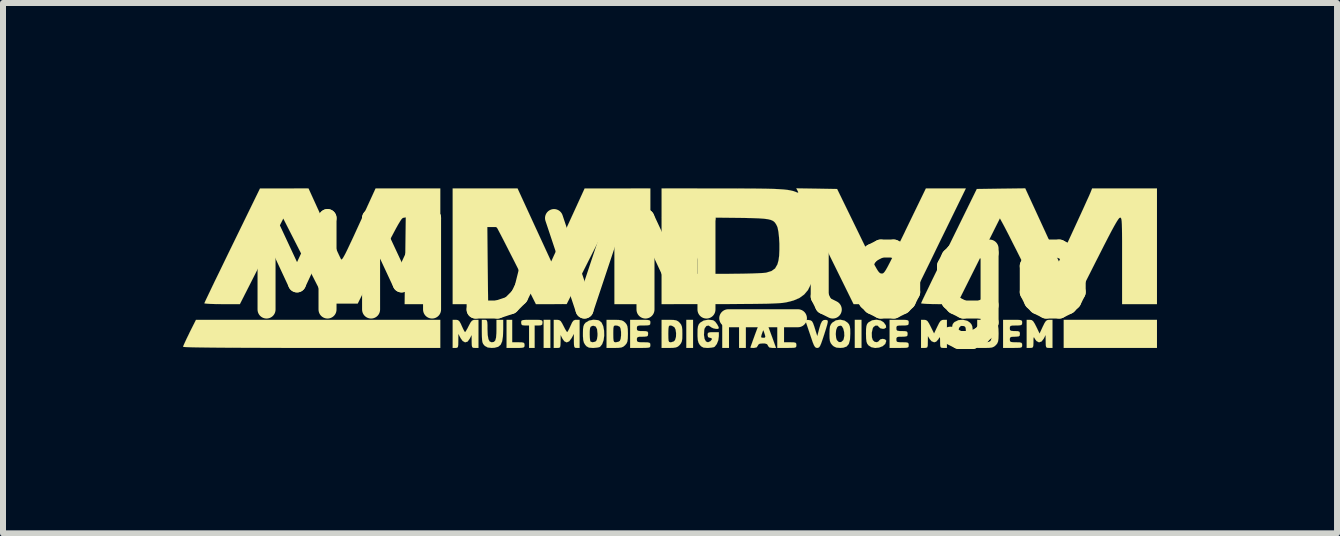
<source format=kicad_pcb>
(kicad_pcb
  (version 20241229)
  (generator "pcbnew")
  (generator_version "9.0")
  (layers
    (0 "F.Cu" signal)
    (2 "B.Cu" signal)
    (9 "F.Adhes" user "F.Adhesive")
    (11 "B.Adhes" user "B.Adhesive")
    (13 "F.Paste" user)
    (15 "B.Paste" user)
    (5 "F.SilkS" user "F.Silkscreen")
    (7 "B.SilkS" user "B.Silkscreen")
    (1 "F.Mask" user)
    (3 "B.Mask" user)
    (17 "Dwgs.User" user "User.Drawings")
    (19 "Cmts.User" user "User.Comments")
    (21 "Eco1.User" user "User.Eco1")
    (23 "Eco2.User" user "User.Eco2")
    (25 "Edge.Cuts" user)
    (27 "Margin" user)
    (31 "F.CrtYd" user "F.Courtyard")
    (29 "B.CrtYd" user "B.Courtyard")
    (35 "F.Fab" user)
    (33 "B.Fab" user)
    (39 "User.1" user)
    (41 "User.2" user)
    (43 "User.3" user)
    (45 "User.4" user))
  (footprint "MMDVM_logo"
    (layer "F.Cu")
    (at 8.104 1.418)
    (property "Reference" "MMDVM_logo" (at 0 0 0) (layer "F.SilkS") (effects (font (size 1.524 1.524) (thickness 0.3))))
    (attr through_hole)
    (fp_poly (pts (xy -1.984 1.329) (xy -2.096 1.329) (xy -2.096 0.861) (xy -1.984 0.861) (xy -1.984 1.329)) (stroke (width 0.001) (type solid)) (fill yes) (layer "F.SilkS"))
    (fp_poly (pts (xy 0.393 1.329) (xy 0.281 1.329) (xy 0.281 0.861) (xy 0.393 0.861) (xy 0.393 1.329)) (stroke (width 0.001) (type solid)) (fill yes) (layer "F.SilkS"))
    (fp_poly (pts (xy 0.992 1.329) (xy 0.88 1.329) (xy 0.88 0.861) (xy 0.992 0.861) (xy 0.992 1.329)) (stroke (width 0.001) (type solid)) (fill yes) (layer "F.SilkS"))
    (fp_poly (pts (xy 3.2 1.329) (xy 3.088 1.329) (xy 3.088 0.861) (xy 3.2 0.861) (xy 3.2 1.329)) (stroke (width 0.001) (type solid)) (fill yes) (layer "F.SilkS"))
    (fp_poly (pts (xy 8.123 1.329) (xy 6.569 1.329) (xy 6.569 0.861) (xy 8.123 0.861) (xy 8.123 1.329)) (stroke (width 0.001) (type solid)) (fill yes) (layer "F.SilkS"))
    (fp_poly (pts (xy -2.62 1.235) (xy -2.517 1.235) (xy -2.458 1.236) (xy -2.428 1.243) (xy -2.416 1.259) (xy -2.414 1.282) (xy -2.416 1.305) (xy -2.426 1.319) (xy -2.452 1.326) (xy -2.501 1.329) (xy -2.564 1.329) (xy -2.714 1.329) (xy -2.714 0.861) (xy -2.62 0.861) (xy -2.62 1.235)) (stroke (width 0.001) (type solid)) (fill yes) (layer "F.SilkS"))
    (fp_poly (pts (xy 1.909 1.235) (xy 2.012 1.235) (xy 2.071 1.236) (xy 2.102 1.243) (xy 2.113 1.259) (xy 2.115 1.282) (xy 2.113 1.305) (xy 2.104 1.319) (xy 2.08 1.326) (xy 2.032 1.328) (xy 1.956 1.329) (xy 1.797 1.329) (xy 1.797 0.861) (xy 1.909 0.861) (xy 1.909 1.235)) (stroke (width 0.001) (type solid)) (fill yes) (layer "F.SilkS"))
    (fp_poly (pts (xy -3.818 1.329) (xy -5.961 1.329) (xy -6.329 1.329) (xy -6.664 1.328) (xy -6.965 1.327) (xy -7.232 1.326) (xy -7.464 1.325) (xy -7.66 1.323) (xy -7.822 1.321) (xy -7.947 1.319) (xy -8.036 1.316) (xy -8.088 1.313) (xy -8.104 1.31) (xy -8.096 1.287) (xy -8.074 1.238) (xy -8.042 1.169) (xy -8.002 1.088) (xy -7.997 1.076) (xy -7.889 0.861) (xy -3.818 0.861) (xy -3.818 1.329)) (stroke (width 0.001) (type solid)) (fill yes) (layer "F.SilkS"))
    (fp_poly (pts (xy -2.21 0.861) (xy -2.158 0.863) (xy -2.13 0.869) (xy -2.118 0.881) (xy -2.115 0.9) (xy -2.115 0.908) (xy -2.12 0.939) (xy -2.142 0.952) (xy -2.18 0.955) (xy -2.246 0.955) (xy -2.246 1.329) (xy -2.339 1.329) (xy -2.339 0.955) (xy -2.405 0.955) (xy -2.449 0.951) (xy -2.467 0.935) (xy -2.47 0.908) (xy -2.469 0.886) (xy -2.461 0.872) (xy -2.438 0.865) (xy -2.395 0.862) (xy -2.323 0.861) (xy -2.293 0.861) (xy -2.21 0.861)) (stroke (width 0.001) (type solid)) (fill yes) (layer "F.SilkS"))
    (fp_poly (pts (xy 1.296 0.861) (xy 1.346 0.864) (xy 1.372 0.87) (xy 1.383 0.883) (xy 1.385 0.904) (xy 1.385 0.908) (xy 1.379 0.941) (xy 1.353 0.953) (xy 1.329 0.955) (xy 1.273 0.955) (xy 1.273 1.329) (xy 1.16 1.329) (xy 1.16 0.955) (xy 1.104 0.955) (xy 1.064 0.949) (xy 1.049 0.928) (xy 1.048 0.908) (xy 1.049 0.886) (xy 1.058 0.872) (xy 1.082 0.864) (xy 1.127 0.861) (xy 1.202 0.861) (xy 1.217 0.861) (xy 1.296 0.861)) (stroke (width 0.001) (type solid)) (fill yes) (layer "F.SilkS"))
    (fp_poly (pts (xy -3.056 0.863) (xy -3.042 0.872) (xy -3.035 0.898) (xy -3.032 0.947) (xy -3.032 1.012) (xy -3.028 1.114) (xy -3.016 1.183) (xy -2.995 1.222) (xy -2.963 1.235) (xy -2.96 1.235) (xy -2.925 1.229) (xy -2.902 1.205) (xy -2.889 1.158) (xy -2.883 1.083) (xy -2.882 1.026) (xy -2.882 0.861) (xy -2.77 0.861) (xy -2.77 1.017) (xy -2.774 1.134) (xy -2.787 1.219) (xy -2.812 1.276) (xy -2.853 1.31) (xy -2.912 1.326) (xy -2.962 1.329) (xy -3.027 1.322) (xy -3.073 1.297) (xy -3.085 1.286) (xy -3.104 1.262) (xy -3.116 1.233) (xy -3.122 1.191) (xy -3.125 1.126) (xy -3.126 1.052) (xy -3.126 0.861) (xy -3.079 0.861) (xy -3.056 0.863)) (stroke (width 0.001) (type solid)) (fill yes) (layer "F.SilkS"))
    (fp_poly (pts (xy 4.275 0.865) (xy 4.3 0.883) (xy 4.326 0.923) (xy 4.353 0.975) (xy 4.409 1.088) (xy 4.463 0.975) (xy 4.494 0.913) (xy 4.519 0.878) (xy 4.544 0.864) (xy 4.57 0.861) (xy 4.623 0.861) (xy 4.623 1.329) (xy 4.567 1.329) (xy 4.534 1.327) (xy 4.517 1.315) (xy 4.511 1.283) (xy 4.51 1.231) (xy 4.509 1.174) (xy 4.505 1.151) (xy 4.497 1.156) (xy 4.481 1.184) (xy 4.444 1.225) (xy 4.411 1.235) (xy 4.368 1.218) (xy 4.338 1.184) (xy 4.306 1.132) (xy 4.305 1.231) (xy 4.304 1.288) (xy 4.297 1.317) (xy 4.279 1.327) (xy 4.248 1.329) (xy 4.192 1.329) (xy 4.192 0.861) (xy 4.244 0.861) (xy 4.275 0.865)) (stroke (width 0.001) (type solid)) (fill yes) (layer "F.SilkS"))
    (fp_poly (pts (xy 6.035 0.865) (xy 6.059 0.883) (xy 6.084 0.921) (xy 6.112 0.975) (xy 6.167 1.09) (xy 6.22 0.975) (xy 6.25 0.914) (xy 6.274 0.879) (xy 6.299 0.864) (xy 6.328 0.861) (xy 6.382 0.861) (xy 6.382 1.329) (xy 6.326 1.329) (xy 6.294 1.327) (xy 6.277 1.316) (xy 6.271 1.287) (xy 6.269 1.23) (xy 6.269 1.221) (xy 6.267 1.114) (xy 6.237 1.174) (xy 6.2 1.222) (xy 6.157 1.236) (xy 6.115 1.214) (xy 6.093 1.184) (xy 6.077 1.156) (xy 6.069 1.152) (xy 6.065 1.176) (xy 6.065 1.231) (xy 6.063 1.288) (xy 6.056 1.317) (xy 6.038 1.327) (xy 6.008 1.329) (xy 5.952 1.329) (xy 5.952 0.861) (xy 6.004 0.861) (xy 6.035 0.865)) (stroke (width 0.001) (type solid)) (fill yes) (layer "F.SilkS"))
    (fp_poly (pts (xy 2.617 0.864) (xy 2.631 0.869) (xy 2.638 0.88) (xy 2.637 0.904) (xy 2.627 0.947) (xy 2.607 1.014) (xy 2.58 1.1) (xy 2.549 1.194) (xy 2.526 1.259) (xy 2.508 1.299) (xy 2.492 1.32) (xy 2.474 1.328) (xy 2.462 1.329) (xy 2.442 1.326) (xy 2.425 1.312) (xy 2.407 1.283) (xy 2.386 1.231) (xy 2.359 1.151) (xy 2.348 1.118) (xy 2.319 1.033) (xy 2.295 0.961) (xy 2.277 0.908) (xy 2.269 0.883) (xy 2.273 0.866) (xy 2.307 0.863) (xy 2.32 0.864) (xy 2.352 0.87) (xy 2.374 0.884) (xy 2.392 0.914) (xy 2.412 0.969) (xy 2.422 1.001) (xy 2.463 1.132) (xy 2.497 1.004) (xy 2.52 0.929) (xy 2.543 0.884) (xy 2.571 0.864) (xy 2.609 0.863) (xy 2.617 0.864)) (stroke (width 0.001) (type solid)) (fill yes) (layer "F.SilkS"))
    (fp_poly (pts (xy -3.526 0.865) (xy -3.502 0.883) (xy -3.478 0.923) (xy -3.46 0.964) (xy -3.435 1.018) (xy -3.415 1.055) (xy -3.405 1.066) (xy -3.393 1.051) (xy -3.369 1.011) (xy -3.345 0.964) (xy -3.314 0.906) (xy -3.29 0.875) (xy -3.262 0.863) (xy -3.238 0.861) (xy -3.182 0.861) (xy -3.182 1.329) (xy -3.238 1.329) (xy -3.269 1.327) (xy -3.286 1.316) (xy -3.293 1.287) (xy -3.295 1.23) (xy -3.295 1.221) (xy -3.296 1.114) (xy -3.327 1.174) (xy -3.363 1.224) (xy -3.405 1.236) (xy -3.446 1.213) (xy -3.48 1.165) (xy -3.517 1.095) (xy -3.518 1.212) (xy -3.519 1.276) (xy -3.524 1.311) (xy -3.537 1.326) (xy -3.561 1.329) (xy -3.565 1.329) (xy -3.612 1.329) (xy -3.612 0.861) (xy -3.558 0.861) (xy -3.526 0.865)) (stroke (width 0.001) (type solid)) (fill yes) (layer "F.SilkS"))
    (fp_poly (pts (xy -1.838 0.865) (xy -1.812 0.882) (xy -1.787 0.921) (xy -1.765 0.964) (xy -1.737 1.018) (xy -1.714 1.055) (xy -1.704 1.066) (xy -1.692 1.051) (xy -1.67 1.01) (xy -1.649 0.964) (xy -1.622 0.905) (xy -1.599 0.874) (xy -1.573 0.862) (xy -1.551 0.861) (xy -1.497 0.861) (xy -1.497 1.329) (xy -1.544 1.329) (xy -1.57 1.327) (xy -1.584 1.314) (xy -1.59 1.282) (xy -1.592 1.223) (xy -1.592 1.212) (xy -1.592 1.095) (xy -1.63 1.165) (xy -1.67 1.219) (xy -1.712 1.237) (xy -1.752 1.218) (xy -1.783 1.174) (xy -1.813 1.114) (xy -1.814 1.221) (xy -1.816 1.282) (xy -1.822 1.314) (xy -1.837 1.327) (xy -1.867 1.329) (xy -1.872 1.329) (xy -1.928 1.329) (xy -1.928 0.861) (xy -1.871 0.861) (xy -1.838 0.865)) (stroke (width 0.001) (type solid)) (fill yes) (layer "F.SilkS"))
    (fp_poly (pts (xy 0.068 0.863) (xy 0.113 0.87) (xy 0.145 0.886) (xy 0.17 0.909) (xy 0.194 0.94) (xy 0.208 0.975) (xy 0.214 1.025) (xy 0.215 1.095) (xy 0.214 1.17) (xy 0.207 1.218) (xy 0.192 1.252) (xy 0.17 1.281) (xy 0.141 1.307) (xy 0.108 1.321) (xy 0.06 1.328) (xy -0.003 1.329) (xy -0.131 1.329) (xy -0.131 1.095) (xy -0.019 1.095) (xy -0.018 1.166) (xy -0.015 1.208) (xy -0.006 1.228) (xy 0.012 1.235) (xy 0.027 1.235) (xy 0.072 1.221) (xy 0.093 1.199) (xy 0.109 1.146) (xy 0.111 1.082) (xy 0.102 1.022) (xy 0.083 0.984) (xy 0.043 0.96) (xy 0.017 0.955) (xy -0.001 0.958) (xy -0.012 0.974) (xy -0.017 1.011) (xy -0.019 1.075) (xy -0.019 1.095) (xy -0.131 1.095) (xy -0.131 0.861) (xy -0.003 0.861) (xy 0.068 0.863)) (stroke (width 0.001) (type solid)) (fill yes) (layer "F.SilkS"))
    (fp_poly (pts (xy 3.519 0.871) (xy 3.571 0.904) (xy 3.606 0.953) (xy 3.61 0.989) (xy 3.582 1.008) (xy 3.558 1.011) (xy 3.514 1.002) (xy 3.493 0.983) (xy 3.468 0.957) (xy 3.432 0.957) (xy 3.399 0.981) (xy 3.387 1.003) (xy 3.371 1.076) (xy 3.373 1.151) (xy 3.388 1.199) (xy 3.418 1.227) (xy 3.457 1.234) (xy 3.488 1.217) (xy 3.493 1.207) (xy 3.517 1.185) (xy 3.555 1.178) (xy 3.592 1.186) (xy 3.612 1.208) (xy 3.612 1.213) (xy 3.596 1.262) (xy 3.553 1.3) (xy 3.493 1.323) (xy 3.427 1.33) (xy 3.364 1.317) (xy 3.316 1.286) (xy 3.295 1.258) (xy 3.283 1.223) (xy 3.277 1.172) (xy 3.275 1.093) (xy 3.275 1.092) (xy 3.276 1.015) (xy 3.282 0.965) (xy 3.293 0.932) (xy 3.313 0.907) (xy 3.319 0.902) (xy 3.377 0.869) (xy 3.448 0.859) (xy 3.519 0.871)) (stroke (width 0.001) (type solid)) (fill yes) (layer "F.SilkS"))
    (fp_poly (pts (xy -0.843 0.863) (xy -0.796 0.87) (xy -0.764 0.885) (xy -0.738 0.907) (xy -0.715 0.935) (xy -0.701 0.967) (xy -0.694 1.014) (xy -0.692 1.086) (xy -0.692 1.095) (xy -0.694 1.17) (xy -0.7 1.219) (xy -0.713 1.252) (xy -0.736 1.28) (xy -0.738 1.283) (xy -0.768 1.308) (xy -0.802 1.322) (xy -0.852 1.328) (xy -0.916 1.329) (xy -1.048 1.329) (xy -1.048 1.095) (xy -0.936 1.095) (xy -0.935 1.166) (xy -0.931 1.208) (xy -0.922 1.228) (xy -0.905 1.235) (xy -0.893 1.235) (xy -0.849 1.226) (xy -0.827 1.213) (xy -0.813 1.179) (xy -0.806 1.124) (xy -0.806 1.061) (xy -0.814 1.007) (xy -0.827 0.977) (xy -0.863 0.959) (xy -0.893 0.955) (xy -0.915 0.957) (xy -0.928 0.969) (xy -0.934 0.998) (xy -0.936 1.053) (xy -0.936 1.095) (xy -1.048 1.095) (xy -1.048 0.861) (xy -0.916 0.861) (xy -0.843 0.863)) (stroke (width 0.001) (type solid)) (fill yes) (layer "F.SilkS"))
    (fp_poly (pts (xy 2.918 0.874) (xy 2.967 0.907) (xy 2.991 0.935) (xy 3.005 0.968) (xy 3.012 1.016) (xy 3.013 1.09) (xy 3.013 1.091) (xy 3.008 1.192) (xy 2.989 1.262) (xy 2.953 1.305) (xy 2.898 1.325) (xy 2.847 1.329) (xy 2.783 1.324) (xy 2.74 1.305) (xy 2.712 1.281) (xy 2.688 1.25) (xy 2.674 1.215) (xy 2.668 1.165) (xy 2.667 1.096) (xy 2.771 1.096) (xy 2.777 1.161) (xy 2.789 1.199) (xy 2.822 1.231) (xy 2.861 1.231) (xy 2.895 1.201) (xy 2.903 1.184) (xy 2.914 1.128) (xy 2.911 1.065) (xy 2.897 1.008) (xy 2.874 0.968) (xy 2.855 0.957) (xy 2.816 0.965) (xy 2.795 0.984) (xy 2.777 1.031) (xy 2.771 1.096) (xy 2.667 1.096) (xy 2.667 1.095) (xy 2.669 1.02) (xy 2.675 0.971) (xy 2.69 0.937) (xy 2.712 0.909) (xy 2.772 0.87) (xy 2.845 0.858) (xy 2.918 0.874)) (stroke (width 0.001) (type solid)) (fill yes) (layer "F.SilkS"))
    (fp_poly (pts (xy 5.333 0.863) (xy 5.38 0.87) (xy 5.413 0.885) (xy 5.438 0.907) (xy 5.462 0.935) (xy 5.476 0.967) (xy 5.482 1.014) (xy 5.484 1.086) (xy 5.484 1.095) (xy 5.482 1.17) (xy 5.476 1.219) (xy 5.463 1.252) (xy 5.441 1.28) (xy 5.438 1.283) (xy 5.408 1.308) (xy 5.374 1.322) (xy 5.324 1.328) (xy 5.26 1.329) (xy 5.128 1.329) (xy 5.128 1.095) (xy 5.24 1.095) (xy 5.241 1.166) (xy 5.245 1.208) (xy 5.254 1.228) (xy 5.271 1.235) (xy 5.283 1.235) (xy 5.327 1.226) (xy 5.349 1.213) (xy 5.362 1.182) (xy 5.37 1.129) (xy 5.371 1.095) (xy 5.365 1.02) (xy 5.344 0.975) (xy 5.305 0.956) (xy 5.283 0.955) (xy 5.262 0.957) (xy 5.249 0.969) (xy 5.243 0.998) (xy 5.241 1.053) (xy 5.24 1.095) (xy 5.128 1.095) (xy 5.128 0.861) (xy 5.26 0.861) (xy 5.333 0.863)) (stroke (width 0.001) (type solid)) (fill yes) (layer "F.SilkS"))
    (fp_poly (pts (xy 3.904 0.861) (xy 3.951 0.864) (xy 3.976 0.871) (xy 3.985 0.885) (xy 3.986 0.908) (xy 3.984 0.935) (xy 3.97 0.948) (xy 3.935 0.954) (xy 3.884 0.955) (xy 3.825 0.956) (xy 3.794 0.962) (xy 3.782 0.978) (xy 3.781 1.001) (xy 3.784 1.029) (xy 3.799 1.043) (xy 3.837 1.048) (xy 3.874 1.048) (xy 3.93 1.05) (xy 3.957 1.057) (xy 3.967 1.076) (xy 3.968 1.095) (xy 3.965 1.123) (xy 3.949 1.136) (xy 3.912 1.141) (xy 3.874 1.142) (xy 3.819 1.143) (xy 3.791 1.151) (xy 3.781 1.17) (xy 3.781 1.188) (xy 3.783 1.215) (xy 3.797 1.229) (xy 3.832 1.234) (xy 3.884 1.235) (xy 3.942 1.236) (xy 3.973 1.243) (xy 3.985 1.259) (xy 3.986 1.282) (xy 3.985 1.305) (xy 3.976 1.319) (xy 3.951 1.326) (xy 3.904 1.328) (xy 3.827 1.329) (xy 3.668 1.329) (xy 3.668 0.861) (xy 3.827 0.861) (xy 3.904 0.861)) (stroke (width 0.001) (type solid)) (fill yes) (layer "F.SilkS"))
    (fp_poly (pts (xy 5.795 0.861) (xy 5.842 0.864) (xy 5.866 0.871) (xy 5.875 0.885) (xy 5.877 0.908) (xy 5.874 0.935) (xy 5.86 0.948) (xy 5.825 0.954) (xy 5.774 0.955) (xy 5.715 0.956) (xy 5.684 0.962) (xy 5.673 0.978) (xy 5.671 1.001) (xy 5.674 1.03) (xy 5.692 1.044) (xy 5.732 1.048) (xy 5.755 1.048) (xy 5.807 1.05) (xy 5.832 1.06) (xy 5.839 1.082) (xy 5.839 1.095) (xy 5.836 1.124) (xy 5.819 1.137) (xy 5.778 1.141) (xy 5.755 1.142) (xy 5.703 1.144) (xy 5.679 1.153) (xy 5.671 1.176) (xy 5.671 1.188) (xy 5.674 1.215) (xy 5.688 1.229) (xy 5.722 1.234) (xy 5.774 1.235) (xy 5.833 1.236) (xy 5.863 1.243) (xy 5.875 1.259) (xy 5.877 1.282) (xy 5.875 1.305) (xy 5.866 1.319) (xy 5.841 1.326) (xy 5.794 1.328) (xy 5.718 1.329) (xy 5.559 1.329) (xy 5.559 0.861) (xy 5.718 0.861) (xy 5.795 0.861)) (stroke (width 0.001) (type solid)) (fill yes) (layer "F.SilkS"))
    (fp_poly (pts (xy -1.19 0.866) (xy -1.171 0.873) (xy -1.131 0.906) (xy -1.103 0.966) (xy -1.089 1.041) (xy -1.087 1.123) (xy -1.097 1.201) (xy -1.121 1.267) (xy -1.156 1.31) (xy -1.171 1.317) (xy -1.208 1.324) (xy -1.263 1.329) (xy -1.282 1.329) (xy -1.341 1.324) (xy -1.38 1.303) (xy -1.402 1.28) (xy -1.424 1.244) (xy -1.436 1.2) (xy -1.441 1.135) (xy -1.441 1.093) (xy -1.329 1.093) (xy -1.327 1.156) (xy -1.322 1.203) (xy -1.316 1.223) (xy -1.282 1.235) (xy -1.239 1.226) (xy -1.22 1.213) (xy -1.207 1.182) (xy -1.199 1.129) (xy -1.198 1.093) (xy -1.206 1.015) (xy -1.23 0.971) (xy -1.27 0.959) (xy -1.29 0.964) (xy -1.312 0.975) (xy -1.323 0.999) (xy -1.328 1.044) (xy -1.329 1.093) (xy -1.441 1.093) (xy -1.441 1.091) (xy -1.44 1.017) (xy -1.433 0.969) (xy -1.42 0.936) (xy -1.396 0.907) (xy -1.395 0.907) (xy -1.339 0.873) (xy -1.265 0.859) (xy -1.19 0.866)) (stroke (width 0.001) (type solid)) (fill yes) (layer "F.SilkS"))
    (fp_poly (pts (xy 4.962 0.877) (xy 5.007 0.907) (xy 5.031 0.935) (xy 5.045 0.967) (xy 5.052 1.014) (xy 5.053 1.086) (xy 5.053 1.095) (xy 5.052 1.17) (xy 5.046 1.219) (xy 5.033 1.252) (xy 5.01 1.28) (xy 5.007 1.283) (xy 4.948 1.318) (xy 4.874 1.33) (xy 4.8 1.319) (xy 4.751 1.293) (xy 4.73 1.272) (xy 4.717 1.247) (xy 4.71 1.207) (xy 4.707 1.145) (xy 4.707 1.095) (xy 4.707 1.093) (xy 4.81 1.093) (xy 4.817 1.171) (xy 4.839 1.217) (xy 4.878 1.232) (xy 4.894 1.231) (xy 4.915 1.224) (xy 4.927 1.203) (xy 4.934 1.16) (xy 4.937 1.101) (xy 4.939 1.034) (xy 4.935 0.994) (xy 4.924 0.974) (xy 4.903 0.964) (xy 4.856 0.962) (xy 4.826 0.993) (xy 4.811 1.058) (xy 4.81 1.093) (xy 4.707 1.093) (xy 4.708 1.015) (xy 4.712 0.963) (xy 4.721 0.931) (xy 4.738 0.909) (xy 4.751 0.897) (xy 4.815 0.866) (xy 4.89 0.86) (xy 4.962 0.877)) (stroke (width 0.001) (type solid)) (fill yes) (layer "F.SilkS"))
    (fp_poly (pts (xy -2.251 -0.72) (xy -1.97 -0.111) (xy -1.413 -1.328) (xy -0.866 -1.328) (xy -0.318 -1.329) (xy -0.318 0.599) (xy -0.917 0.599) (xy -0.917 -0.122) (xy -0.917 -0.305) (xy -0.917 -0.454) (xy -0.918 -0.573) (xy -0.92 -0.665) (xy -0.922 -0.733) (xy -0.925 -0.781) (xy -0.929 -0.813) (xy -0.934 -0.831) (xy -0.941 -0.84) (xy -0.949 -0.842) (xy -0.951 -0.842) (xy -0.964 -0.835) (xy -0.984 -0.81) (xy -1.012 -0.766) (xy -1.049 -0.701) (xy -1.097 -0.612) (xy -1.158 -0.497) (xy -1.232 -0.353) (xy -1.32 -0.179) (xy -1.349 -0.122) (xy -1.712 0.598) (xy -1.969 0.599) (xy -2.225 0.599) (xy -2.586 -0.117) (xy -2.676 -0.293) (xy -2.75 -0.439) (xy -2.811 -0.557) (xy -2.86 -0.65) (xy -2.899 -0.72) (xy -2.93 -0.772) (xy -2.953 -0.806) (xy -2.971 -0.827) (xy -2.985 -0.837) (xy -2.992 -0.839) (xy -3.036 -0.845) (xy -3.029 -0.123) (xy -3.021 0.599) (xy -3.612 0.599) (xy -3.612 -1.329) (xy -2.531 -1.329) (xy -2.251 -0.72)) (stroke (width 0.001) (type solid)) (fill yes) (layer "F.SilkS"))
    (fp_poly (pts (xy -0.407 0.861) (xy -0.357 0.864) (xy -0.331 0.87) (xy -0.32 0.883) (xy -0.318 0.904) (xy -0.318 0.908) (xy -0.321 0.934) (xy -0.334 0.948) (xy -0.366 0.953) (xy -0.427 0.955) (xy -0.43 0.955) (xy -0.493 0.955) (xy -0.526 0.961) (xy -0.54 0.974) (xy -0.543 1) (xy -0.543 1.001) (xy -0.54 1.029) (xy -0.524 1.043) (xy -0.487 1.048) (xy -0.449 1.048) (xy -0.394 1.05) (xy -0.366 1.057) (xy -0.356 1.076) (xy -0.356 1.095) (xy -0.359 1.123) (xy -0.374 1.136) (xy -0.412 1.141) (xy -0.449 1.142) (xy -0.505 1.143) (xy -0.532 1.151) (xy -0.542 1.17) (xy -0.543 1.188) (xy -0.54 1.214) (xy -0.527 1.228) (xy -0.495 1.234) (xy -0.434 1.235) (xy -0.43 1.235) (xy -0.368 1.236) (xy -0.335 1.242) (xy -0.321 1.255) (xy -0.318 1.28) (xy -0.318 1.282) (xy -0.32 1.304) (xy -0.328 1.318) (xy -0.352 1.325) (xy -0.397 1.328) (xy -0.472 1.329) (xy -0.487 1.329) (xy -0.655 1.329) (xy -0.655 0.861) (xy -0.487 0.861) (xy -0.407 0.861)) (stroke (width 0.001) (type solid)) (fill yes) (layer "F.SilkS"))
    (fp_poly (pts (xy 1.596 0.869) (xy 1.619 0.899) (xy 1.624 0.911) (xy 1.639 0.951) (xy 1.662 1.016) (xy 1.691 1.095) (xy 1.71 1.146) (xy 1.776 1.329) (xy 1.714 1.329) (xy 1.666 1.322) (xy 1.644 1.298) (xy 1.642 1.291) (xy 1.626 1.266) (xy 1.591 1.255) (xy 1.557 1.254) (xy 1.506 1.258) (xy 1.48 1.275) (xy 1.473 1.291) (xy 1.453 1.32) (xy 1.408 1.329) (xy 1.405 1.329) (xy 1.365 1.328) (xy 1.348 1.324) (xy 1.348 1.324) (xy 1.354 1.306) (xy 1.371 1.259) (xy 1.395 1.191) (xy 1.414 1.14) (xy 1.527 1.14) (xy 1.533 1.157) (xy 1.561 1.16) (xy 1.562 1.16) (xy 1.59 1.158) (xy 1.598 1.142) (xy 1.589 1.103) (xy 1.586 1.095) (xy 1.572 1.054) (xy 1.563 1.034) (xy 1.562 1.034) (xy 1.555 1.053) (xy 1.541 1.093) (xy 1.538 1.1) (xy 1.527 1.14) (xy 1.414 1.14) (xy 1.425 1.108) (xy 1.43 1.095) (xy 1.465 1.001) (xy 1.491 0.937) (xy 1.512 0.897) (xy 1.53 0.875) (xy 1.55 0.866) (xy 1.559 0.865) (xy 1.596 0.869)) (stroke (width 0.001) (type solid)) (fill yes) (layer "F.SilkS"))
    (fp_poly (pts (xy 0.719 0.866) (xy 0.738 0.873) (xy 0.765 0.895) (xy 0.795 0.936) (xy 0.818 0.979) (xy 0.823 1) (xy 0.808 1.011) (xy 0.773 1.011) (xy 0.731 1.002) (xy 0.698 0.987) (xy 0.692 0.982) (xy 0.653 0.956) (xy 0.616 0.963) (xy 0.588 1) (xy 0.58 1.029) (xy 0.575 1.113) (xy 0.585 1.178) (xy 0.608 1.221) (xy 0.642 1.235) (xy 0.683 1.217) (xy 0.684 1.216) (xy 0.709 1.185) (xy 0.7 1.165) (xy 0.674 1.16) (xy 0.644 1.149) (xy 0.636 1.114) (xy 0.639 1.086) (xy 0.655 1.072) (xy 0.692 1.067) (xy 0.73 1.067) (xy 0.823 1.067) (xy 0.823 1.133) (xy 0.814 1.202) (xy 0.789 1.264) (xy 0.755 1.308) (xy 0.738 1.317) (xy 0.701 1.324) (xy 0.646 1.329) (xy 0.627 1.329) (xy 0.568 1.324) (xy 0.529 1.303) (xy 0.507 1.28) (xy 0.485 1.244) (xy 0.473 1.2) (xy 0.468 1.135) (xy 0.468 1.091) (xy 0.469 1.017) (xy 0.476 0.969) (xy 0.489 0.936) (xy 0.513 0.907) (xy 0.514 0.907) (xy 0.57 0.873) (xy 0.644 0.859) (xy 0.719 0.866)) (stroke (width 0.001) (type solid)) (fill yes) (layer "F.SilkS"))
    (fp_poly (pts (xy -3.818 0.599) (xy -4.412 0.599) (xy -4.393 -0.846) (xy -4.435 -0.839) (xy -4.448 -0.833) (xy -4.465 -0.815) (xy -4.487 -0.782) (xy -4.517 -0.733) (xy -4.555 -0.665) (xy -4.604 -0.573) (xy -4.665 -0.457) (xy -4.738 -0.313) (xy -4.827 -0.138) (xy -4.835 -0.122) (xy -5.194 0.59) (xy -5.712 0.59) (xy -6.073 -0.119) (xy -6.434 -0.827) (xy -6.795 -0.114) (xy -7.157 0.599) (xy -7.452 0.599) (xy -7.553 0.598) (xy -7.639 0.596) (xy -7.704 0.592) (xy -7.742 0.588) (xy -7.749 0.585) (xy -7.741 0.566) (xy -7.718 0.516) (xy -7.681 0.439) (xy -7.633 0.338) (xy -7.574 0.215) (xy -7.505 0.074) (xy -7.429 -0.083) (xy -7.347 -0.252) (xy -7.285 -0.379) (xy -6.822 -1.328) (xy -6.418 -1.328) (xy -6.014 -1.329) (xy -5.756 -0.763) (xy -5.693 -0.625) (xy -5.634 -0.497) (xy -5.582 -0.383) (xy -5.538 -0.287) (xy -5.504 -0.214) (xy -5.482 -0.168) (xy -5.475 -0.154) (xy -5.469 -0.145) (xy -5.459 -0.146) (xy -5.446 -0.16) (xy -5.428 -0.189) (xy -5.402 -0.236) (xy -5.368 -0.305) (xy -5.324 -0.398) (xy -5.267 -0.519) (xy -5.198 -0.67) (xy -5.175 -0.72) (xy -4.896 -1.329) (xy -3.818 -1.329) (xy -3.818 0.599)) (stroke (width 0.001) (type solid)) (fill yes) (layer "F.SilkS"))
    (fp_poly (pts (xy 6.209 -0.72) (xy 6.489 -0.111) (xy 6.738 -0.65) (xy 6.8 -0.785) (xy 6.859 -0.913) (xy 6.911 -1.027) (xy 6.955 -1.125) (xy 6.989 -1.199) (xy 7.01 -1.247) (xy 7.015 -1.259) (xy 7.043 -1.329) (xy 8.123 -1.329) (xy 8.123 0.599) (xy 7.542 0.599) (xy 7.542 -0.122) (xy 7.542 -0.305) (xy 7.542 -0.454) (xy 7.541 -0.573) (xy 7.54 -0.665) (xy 7.538 -0.733) (xy 7.535 -0.781) (xy 7.531 -0.813) (xy 7.525 -0.831) (xy 7.519 -0.84) (xy 7.51 -0.842) (xy 7.508 -0.842) (xy 7.495 -0.835) (xy 7.476 -0.811) (xy 7.449 -0.769) (xy 7.412 -0.705) (xy 7.365 -0.619) (xy 7.306 -0.506) (xy 7.234 -0.366) (xy 7.147 -0.194) (xy 7.11 -0.122) (xy 6.747 0.598) (xy 6.49 0.599) (xy 6.232 0.599) (xy 5.925 -0.014) (xy 5.852 -0.159) (xy 5.783 -0.297) (xy 5.718 -0.424) (xy 5.662 -0.536) (xy 5.615 -0.627) (xy 5.58 -0.694) (xy 5.562 -0.728) (xy 5.506 -0.83) (xy 4.791 0.599) (xy 4.492 0.599) (xy 4.391 0.598) (xy 4.304 0.596) (xy 4.239 0.592) (xy 4.201 0.588) (xy 4.193 0.585) (xy 4.201 0.566) (xy 4.224 0.516) (xy 4.261 0.439) (xy 4.31 0.338) (xy 4.369 0.215) (xy 4.438 0.074) (xy 4.514 -0.082) (xy 4.597 -0.25) (xy 4.657 -0.374) (xy 5.121 -1.319) (xy 5.524 -1.325) (xy 5.928 -1.33) (xy 6.209 -0.72)) (stroke (width 0.001) (type solid)) (fill yes) (layer "F.SilkS"))
    (fp_poly (pts (xy 2.454 -1.325) (xy 2.794 -1.319) (xy 3.136 -0.618) (xy 3.22 -0.445) (xy 3.29 -0.303) (xy 3.346 -0.189) (xy 3.392 -0.1) (xy 3.428 -0.032) (xy 3.456 0.017) (xy 3.478 0.051) (xy 3.495 0.072) (xy 3.51 0.083) (xy 3.524 0.089) (xy 3.531 0.09) (xy 3.544 0.09) (xy 3.557 0.087) (xy 3.571 0.077) (xy 3.587 0.058) (xy 3.608 0.026) (xy 3.635 -0.022) (xy 3.67 -0.089) (xy 3.714 -0.176) (xy 3.769 -0.289) (xy 3.837 -0.429) (xy 3.92 -0.599) (xy 3.928 -0.617) (xy 4.273 -1.329) (xy 4.939 -1.329) (xy 4.685 -0.809) (xy 4.608 -0.651) (xy 4.522 -0.476) (xy 4.434 -0.295) (xy 4.349 -0.119) (xy 4.27 0.042) (xy 4.215 0.154) (xy 3.999 0.599) (xy 3.068 0.599) (xy 2.752 -0.042) (xy 2.436 -0.683) (xy 2.434 -0.393) (xy 2.429 -0.18) (xy 2.415 -0.001) (xy 2.392 0.147) (xy 2.356 0.268) (xy 2.308 0.365) (xy 2.244 0.44) (xy 2.165 0.497) (xy 2.067 0.539) (xy 1.949 0.569) (xy 1.929 0.572) (xy 1.884 0.579) (xy 1.822 0.584) (xy 1.74 0.588) (xy 1.636 0.592) (xy 1.506 0.594) (xy 1.349 0.596) (xy 1.161 0.597) (xy 0.94 0.598) (xy 0.828 0.598) (xy -0.131 0.599) (xy -0.131 0.094) (xy 0.468 0.094) (xy 0.989 0.094) (xy 1.131 0.093) (xy 1.266 0.091) (xy 1.387 0.088) (xy 1.489 0.084) (xy 1.565 0.08) (xy 1.611 0.075) (xy 1.611 0.075) (xy 1.7 0.048) (xy 1.76 0.005) (xy 1.799 -0.063) (xy 1.817 -0.128) (xy 1.828 -0.207) (xy 1.832 -0.304) (xy 1.832 -0.409) (xy 1.826 -0.513) (xy 1.816 -0.605) (xy 1.802 -0.676) (xy 1.79 -0.706) (xy 1.772 -0.739) (xy 1.752 -0.766) (xy 1.726 -0.787) (xy 1.691 -0.803) (xy 1.642 -0.815) (xy 1.575 -0.824) (xy 1.487 -0.83) (xy 1.374 -0.834) (xy 1.231 -0.837) (xy 1.055 -0.839) (xy 1.053 -0.839) (xy 0.468 -0.845) (xy 0.468 0.094) (xy -0.131 0.094) (xy -0.131 -1.329) (xy 0.866 -1.328) (xy 1.101 -1.328) (xy 1.302 -1.327) (xy 1.472 -1.326) (xy 1.614 -1.324) (xy 1.732 -1.321) (xy 1.828 -1.316) (xy 1.906 -1.311) (xy 1.969 -1.304) (xy 2.02 -1.295) (xy 2.063 -1.285) (xy 2.1 -1.272) (xy 2.122 -1.263) (xy 2.145 -1.256) (xy 2.144 -1.271) (xy 2.135 -1.289) (xy 2.113 -1.33) (xy 2.454 -1.325)) (stroke (width 0.001) (type solid)) (fill yes) (layer "F.SilkS")))
  (gr_rect
    (start -3 -3)
    (end 19.227 5.836)
    (stroke (width 0.1) (type default))
    (fill no)
    (layer "Edge.Cuts")))
</source>
